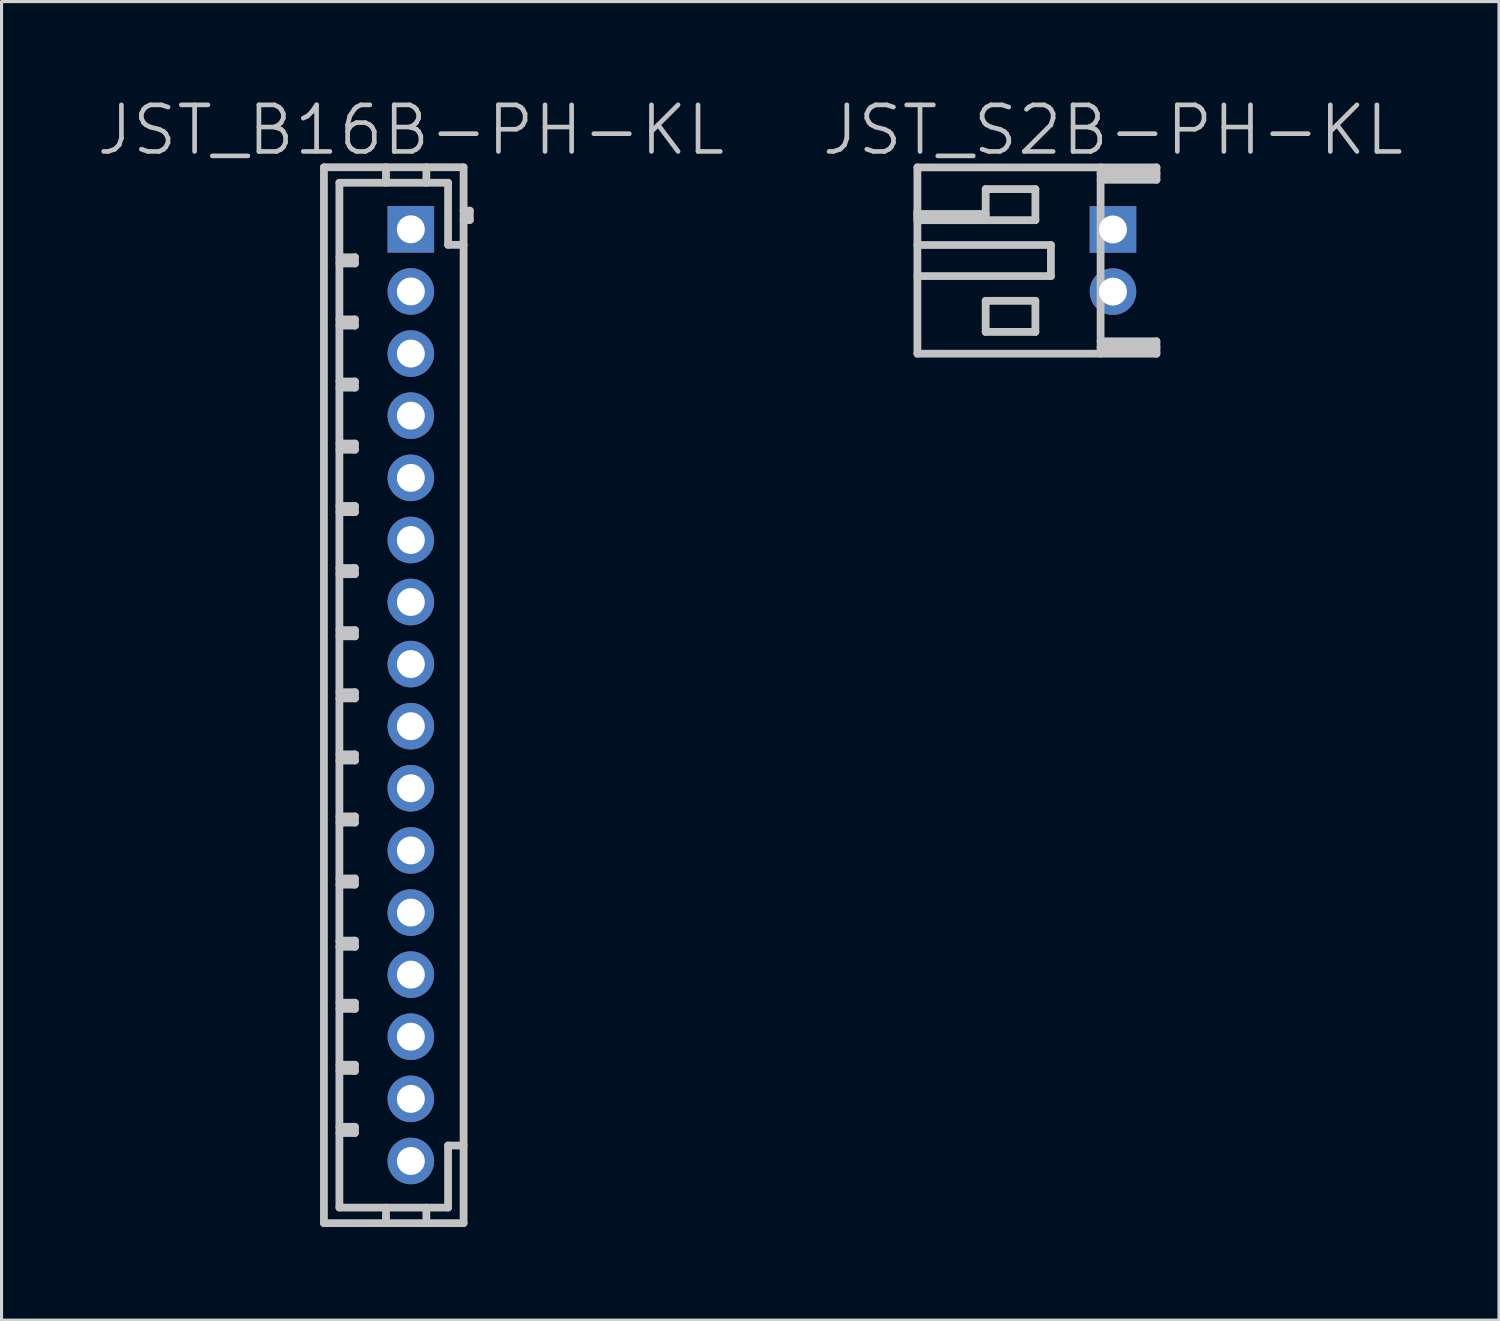
<source format=kicad_pcb>
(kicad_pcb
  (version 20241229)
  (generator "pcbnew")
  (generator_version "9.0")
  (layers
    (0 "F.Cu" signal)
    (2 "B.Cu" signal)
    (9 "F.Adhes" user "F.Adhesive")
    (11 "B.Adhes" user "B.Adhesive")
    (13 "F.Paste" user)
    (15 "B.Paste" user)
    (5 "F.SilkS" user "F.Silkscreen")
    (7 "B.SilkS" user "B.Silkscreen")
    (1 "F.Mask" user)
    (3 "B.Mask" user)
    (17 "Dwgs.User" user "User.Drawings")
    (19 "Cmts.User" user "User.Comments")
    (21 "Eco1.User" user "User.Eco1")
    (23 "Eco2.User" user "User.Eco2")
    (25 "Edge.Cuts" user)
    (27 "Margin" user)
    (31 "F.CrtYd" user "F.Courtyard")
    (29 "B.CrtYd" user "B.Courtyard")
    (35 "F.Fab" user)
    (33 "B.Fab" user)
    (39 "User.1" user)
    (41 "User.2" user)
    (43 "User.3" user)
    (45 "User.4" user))
  (footprint "JST_B16B-PH-KL"
    (layer "F.Cu")
    (at 10.182 19.341)
    (property "Reference" "JST_B16B-PH-KL" (at 0 -18.2 180) (layer "Dwgs.User") (effects (font (size 1.5 1.5) (thickness 0.15))))
    (attr through_hole)
    (fp_line (start -2.799 17) (end -2.799 -17) (stroke (width 0.25) (type solid)) (layer "Dwgs.User"))
    (fp_line (start -2.301 -16.5) (end -2.301 16.5) (stroke (width 0.25) (type solid)) (layer "Dwgs.User"))
    (fp_line (start -2.301 -14.105) (end -1.801 -14.105) (stroke (width 0.25) (type solid)) (layer "Dwgs.User"))
    (fp_line (start -2.301 -12.103) (end -1.801 -12.103) (stroke (width 0.25) (type solid)) (layer "Dwgs.User"))
    (fp_line (start -2.301 -10.104) (end -1.801 -10.104) (stroke (width 0.25) (type solid)) (layer "Dwgs.User"))
    (fp_line (start -2.301 -8.105) (end -1.801 -8.105) (stroke (width 0.25) (type solid)) (layer "Dwgs.User"))
    (fp_line (start -2.301 -6.096) (end -1.801 -6.096) (stroke (width 0.25) (type solid)) (layer "Dwgs.User"))
    (fp_line (start -2.301 -4.097) (end -1.801 -4.097) (stroke (width 0.25) (type solid)) (layer "Dwgs.User"))
    (fp_line (start -2.301 -2.095) (end -1.801 -2.095) (stroke (width 0.25) (type solid)) (layer "Dwgs.User"))
    (fp_line (start -2.301 -0.097) (end -1.801 -0.097) (stroke (width 0.25) (type solid)) (layer "Dwgs.User"))
    (fp_line (start -2.301 1.905) (end -1.801 1.905) (stroke (width 0.25) (type solid)) (layer "Dwgs.User"))
    (fp_line (start -2.301 3.904) (end -1.801 3.904) (stroke (width 0.25) (type solid)) (layer "Dwgs.User"))
    (fp_line (start -2.301 5.903) (end -1.801 5.903) (stroke (width 0.25) (type solid)) (layer "Dwgs.User"))
    (fp_line (start -2.301 7.904) (end -1.801 7.904) (stroke (width 0.25) (type solid)) (layer "Dwgs.User"))
    (fp_line (start -2.301 9.903) (end -1.801 9.903) (stroke (width 0.25) (type solid)) (layer "Dwgs.User"))
    (fp_line (start -2.301 11.902) (end -1.801 11.902) (stroke (width 0.25) (type solid)) (layer "Dwgs.User"))
    (fp_line (start -2.301 13.901) (end -1.801 13.901) (stroke (width 0.25) (type solid)) (layer "Dwgs.User"))
    (fp_line (start -2.301 16.502) (end 1.199 16.502) (stroke (width 0.25) (type solid)) (layer "Dwgs.User"))
    (fp_line (start -1.801 -14.105) (end -1.801 -13.906) (stroke (width 0.25) (type solid)) (layer "Dwgs.User"))
    (fp_line (start -1.801 -13.906) (end -2.301 -13.906) (stroke (width 0.25) (type solid)) (layer "Dwgs.User"))
    (fp_line (start -1.801 -12.103) (end -1.801 -11.905) (stroke (width 0.25) (type solid)) (layer "Dwgs.User"))
    (fp_line (start -1.801 -11.905) (end -2.301 -11.905) (stroke (width 0.25) (type solid)) (layer "Dwgs.User"))
    (fp_line (start -1.801 -10.104) (end -1.801 -9.906) (stroke (width 0.25) (type solid)) (layer "Dwgs.User"))
    (fp_line (start -1.801 -9.906) (end -2.301 -9.906) (stroke (width 0.25) (type solid)) (layer "Dwgs.User"))
    (fp_line (start -1.801 -8.105) (end -1.801 -7.907) (stroke (width 0.25) (type solid)) (layer "Dwgs.User"))
    (fp_line (start -1.801 -7.907) (end -2.301 -7.907) (stroke (width 0.25) (type solid)) (layer "Dwgs.User"))
    (fp_line (start -1.801 -6.096) (end -1.801 -5.898) (stroke (width 0.25) (type solid)) (layer "Dwgs.User"))
    (fp_line (start -1.801 -5.898) (end -2.301 -5.898) (stroke (width 0.25) (type solid)) (layer "Dwgs.User"))
    (fp_line (start -1.801 -4.097) (end -1.801 -3.899) (stroke (width 0.25) (type solid)) (layer "Dwgs.User"))
    (fp_line (start -1.801 -3.899) (end -2.301 -3.899) (stroke (width 0.25) (type solid)) (layer "Dwgs.User"))
    (fp_line (start -1.801 -2.095) (end -1.801 -1.897) (stroke (width 0.25) (type solid)) (layer "Dwgs.User"))
    (fp_line (start -1.801 -1.897) (end -2.301 -1.897) (stroke (width 0.25) (type solid)) (layer "Dwgs.User"))
    (fp_line (start -1.801 -0.097) (end -1.801 0.102) (stroke (width 0.25) (type solid)) (layer "Dwgs.User"))
    (fp_line (start -1.801 0.102) (end -2.301 0.102) (stroke (width 0.25) (type solid)) (layer "Dwgs.User"))
    (fp_line (start -1.801 1.905) (end -1.801 2.103) (stroke (width 0.25) (type solid)) (layer "Dwgs.User"))
    (fp_line (start -1.801 2.103) (end -2.301 2.103) (stroke (width 0.25) (type solid)) (layer "Dwgs.User"))
    (fp_line (start -1.801 3.904) (end -1.801 4.102) (stroke (width 0.25) (type solid)) (layer "Dwgs.User"))
    (fp_line (start -1.801 4.102) (end -2.301 4.102) (stroke (width 0.25) (type solid)) (layer "Dwgs.User"))
    (fp_line (start -1.801 5.903) (end -1.801 6.101) (stroke (width 0.25) (type solid)) (layer "Dwgs.User"))
    (fp_line (start -1.801 6.101) (end -2.301 6.101) (stroke (width 0.25) (type solid)) (layer "Dwgs.User"))
    (fp_line (start -1.801 7.904) (end -1.801 8.103) (stroke (width 0.25) (type solid)) (layer "Dwgs.User"))
    (fp_line (start -1.801 8.103) (end -2.301 8.103) (stroke (width 0.25) (type solid)) (layer "Dwgs.User"))
    (fp_line (start -1.801 9.903) (end -1.801 10.102) (stroke (width 0.25) (type solid)) (layer "Dwgs.User"))
    (fp_line (start -1.801 10.102) (end -2.301 10.102) (stroke (width 0.25) (type solid)) (layer "Dwgs.User"))
    (fp_line (start -1.801 11.902) (end -1.801 12.101) (stroke (width 0.25) (type solid)) (layer "Dwgs.User"))
    (fp_line (start -1.801 12.101) (end -2.301 12.101) (stroke (width 0.25) (type solid)) (layer "Dwgs.User"))
    (fp_line (start -1.801 13.901) (end -1.801 14.1) (stroke (width 0.25) (type solid)) (layer "Dwgs.User"))
    (fp_line (start -1.801 14.1) (end -2.301 14.1) (stroke (width 0.25) (type solid)) (layer "Dwgs.User"))
    (fp_line (start -0.8 -16.505) (end -0.8 -17.005) (stroke (width 0.25) (type solid)) (layer "Dwgs.User"))
    (fp_line (start -0.8 16.502) (end -0.8 17.003) (stroke (width 0.25) (type solid)) (layer "Dwgs.User"))
    (fp_line (start 0.5 -16.505) (end 0.5 -17.005) (stroke (width 0.25) (type solid)) (layer "Dwgs.User"))
    (fp_line (start 0.5 17.003) (end 0.5 16.502) (stroke (width 0.25) (type solid)) (layer "Dwgs.User"))
    (fp_line (start 1.199 -16.505) (end -2.301 -16.505) (stroke (width 0.25) (type solid)) (layer "Dwgs.User"))
    (fp_line (start 1.199 -14.506) (end 1.199 -16.505) (stroke (width 0.25) (type solid)) (layer "Dwgs.User"))
    (fp_line (start 1.199 14.503) (end 1.699 14.503) (stroke (width 0.25) (type solid)) (layer "Dwgs.User"))
    (fp_line (start 1.199 16.502) (end 1.199 14.503) (stroke (width 0.25) (type solid)) (layer "Dwgs.User"))
    (fp_line (start 1.699 -17.005) (end -2.799 -17.005) (stroke (width 0.25) (type solid)) (layer "Dwgs.User"))
    (fp_line (start 1.699 -15.306) (end 1.9 -15.306) (stroke (width 0.25) (type solid)) (layer "Dwgs.User"))
    (fp_line (start 1.699 -14.506) (end 1.199 -14.506) (stroke (width 0.25) (type solid)) (layer "Dwgs.User"))
    (fp_line (start 1.699 17) (end 1.699 -17) (stroke (width 0.25) (type solid)) (layer "Dwgs.User"))
    (fp_line (start 1.699 17.003) (end -2.799 17.003) (stroke (width 0.25) (type solid)) (layer "Dwgs.User"))
    (fp_line (start 1.9 -15.606) (end 1.699 -15.606) (stroke (width 0.25) (type solid)) (layer "Dwgs.User"))
    (fp_line (start 1.9 -15.306) (end 1.9 -15.606) (stroke (width 0.25) (type solid)) (layer "Dwgs.User"))
    (pad "1" thru_hole rect (at 0 -15.006 270) (size 1.5 1.5) (drill 0.9) (layers "*.Cu" "*.Mask"))
    (pad "2" thru_hole circle (at 0 -13.005 270) (size 1.5 1.5) (drill 0.9) (layers "*.Cu" "*.Mask"))
    (pad "3" thru_hole circle (at 0 -11.003 270) (size 1.5 1.5) (drill 0.9) (layers "*.Cu" "*.Mask"))
    (pad "4" thru_hole circle (at 0 -9.004 270) (size 1.5 1.5) (drill 0.9) (layers "*.Cu" "*.Mask"))
    (pad "5" thru_hole circle (at 0 -7 270) (size 1.5 1.5) (drill 0.9) (layers "*.Cu" "*.Mask"))
    (pad "6" thru_hole circle (at 0 -4.999 270) (size 1.5 1.5) (drill 0.9) (layers "*.Cu" "*.Mask"))
    (pad "7" thru_hole circle (at 0 -3.002 270) (size 1.5 1.5) (drill 0.9) (layers "*.Cu" "*.Mask"))
    (pad "8" thru_hole circle (at 0 -1.003 270) (size 1.5 1.5) (drill 0.9) (layers "*.Cu" "*.Mask"))
    (pad "9" thru_hole circle (at 0 0.998 270) (size 1.5 1.5) (drill 0.9) (layers "*.Cu" "*.Mask"))
    (pad "10" thru_hole circle (at 0 2.997 270) (size 1.5 1.5) (drill 0.9) (layers "*.Cu" "*.Mask"))
    (pad "11" thru_hole circle (at 0 4.999 270) (size 1.5 1.5) (drill 0.9) (layers "*.Cu" "*.Mask"))
    (pad "12" thru_hole circle (at 0 7 270) (size 1.5 1.5) (drill 0.9) (layers "*.Cu" "*.Mask"))
    (pad "13" thru_hole circle (at 0 8.999 270) (size 1.5 1.5) (drill 0.9) (layers "*.Cu" "*.Mask"))
    (pad "14" thru_hole circle (at 0 10.998 270) (size 1.5 1.5) (drill 0.9) (layers "*.Cu" "*.Mask"))
    (pad "15" thru_hole circle (at 0 13 270) (size 1.5 1.5) (drill 0.9) (layers "*.Cu" "*.Mask"))
    (pad "16" thru_hole circle (at 0 15.001 270) (size 1.5 1.5) (drill 0.9) (layers "*.Cu" "*.Mask")))
  (footprint "JST_S2B-PH-KL"
    (layer "F.Cu")
    (at 32.796 5.341)
    (property "Reference" "JST_S2B-PH-KL" (at 0 -4.2 180) (layer "Dwgs.User") (effects (font (size 1.5 1.5) (thickness 0.15))))
    (attr through_hole)
    (fp_line (start -6.299 -3) (end -6.299 3) (stroke (width 0.25) (type solid)) (layer "Dwgs.User"))
    (fp_line (start -6.299 -1.5) (end -4.1 -1.5) (stroke (width 0.25) (type solid)) (layer "Dwgs.User"))
    (fp_line (start -6.299 -1.3) (end -6.299 -1.6) (stroke (width 0.25) (type solid)) (layer "Dwgs.User"))
    (fp_line (start -6.299 3) (end 1.4 3) (stroke (width 0.25) (type solid)) (layer "Dwgs.User"))
    (fp_line (start -4.1 -2.301) (end -2.499 -2.301) (stroke (width 0.25) (type solid)) (layer "Dwgs.User"))
    (fp_line (start -4.1 -1.3) (end -6.299 -1.3) (stroke (width 0.25) (type solid)) (layer "Dwgs.User"))
    (fp_line (start -4.1 -1.3) (end -4.1 -2.301) (stroke (width 0.25) (type solid)) (layer "Dwgs.User"))
    (fp_line (start -4.1 1.298) (end -2.499 1.298) (stroke (width 0.25) (type solid)) (layer "Dwgs.User"))
    (fp_line (start -4.1 2.299) (end -4.1 1.298) (stroke (width 0.25) (type solid)) (layer "Dwgs.User"))
    (fp_line (start -2.499 -2.301) (end -2.499 -1.3) (stroke (width 0.25) (type solid)) (layer "Dwgs.User"))
    (fp_line (start -2.499 -1.3) (end -4.1 -1.3) (stroke (width 0.25) (type solid)) (layer "Dwgs.User"))
    (fp_line (start -2.499 1.298) (end -2.499 2.299) (stroke (width 0.25) (type solid)) (layer "Dwgs.User"))
    (fp_line (start -2.499 2.299) (end -4.1 2.299) (stroke (width 0.25) (type solid)) (layer "Dwgs.User"))
    (fp_line (start -1.999 -0.5) (end -6.299 -0.5) (stroke (width 0.25) (type solid)) (layer "Dwgs.User"))
    (fp_line (start -1.999 0.5) (end -6.299 0.5) (stroke (width 0.25) (type solid)) (layer "Dwgs.User"))
    (fp_line (start -1.999 0.5) (end -1.999 -0.5) (stroke (width 0.25) (type solid)) (layer "Dwgs.User"))
    (fp_line (start -0.399 -2.601) (end 1.4 -2.601) (stroke (width 0.25) (type solid)) (layer "Dwgs.User"))
    (fp_line (start -0.399 3) (end -0.399 -3) (stroke (width 0.25) (type solid)) (layer "Dwgs.User"))
    (fp_line (start 1.4 -3) (end -6.299 -3) (stroke (width 0.25) (type solid)) (layer "Dwgs.User"))
    (fp_line (start 1.4 -2.799) (end -0.399 -2.799) (stroke (width 0.25) (type solid)) (layer "Dwgs.User"))
    (fp_line (start 1.4 -2.601) (end 1.4 -3) (stroke (width 0.25) (type solid)) (layer "Dwgs.User"))
    (fp_line (start 1.4 2.601) (end -0.399 2.601) (stroke (width 0.25) (type solid)) (layer "Dwgs.User"))
    (fp_line (start 1.4 2.799) (end -0.399 2.799) (stroke (width 0.25) (type solid)) (layer "Dwgs.User"))
    (fp_line (start 1.4 3) (end 1.4 2.601) (stroke (width 0.25) (type solid)) (layer "Dwgs.User"))
    (pad "1" thru_hole rect (at 0 -1.001 270) (size 1.5 1.5) (drill 0.9) (layers "*.Cu" "*.Mask"))
    (pad "2" thru_hole circle (at 0 1.001 270) (size 1.5 1.5) (drill 0.9) (layers "*.Cu" "*.Mask")))
  (gr_rect
    (start -3 -3)
    (end 45.229 39.469)
    (stroke (width 0.1) (type default))
    (fill no)
    (layer "Edge.Cuts")))
</source>
